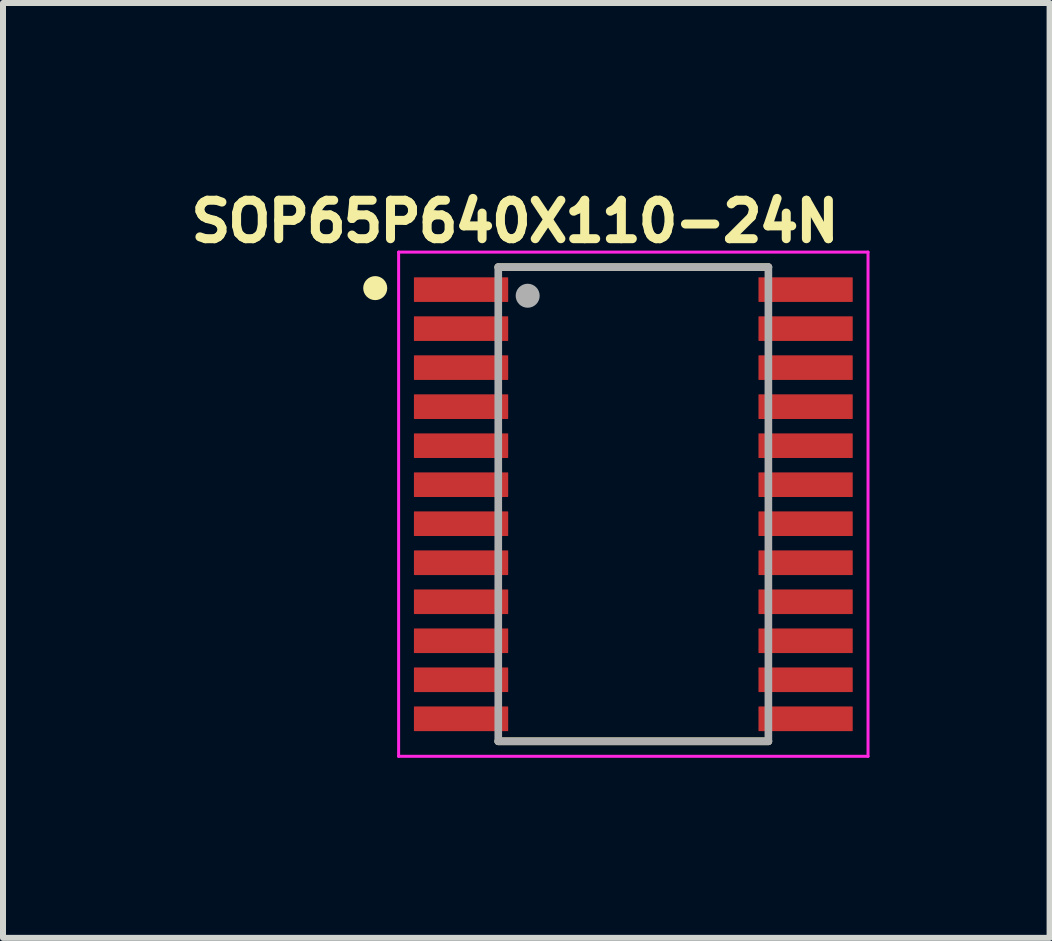
<source format=kicad_pcb>
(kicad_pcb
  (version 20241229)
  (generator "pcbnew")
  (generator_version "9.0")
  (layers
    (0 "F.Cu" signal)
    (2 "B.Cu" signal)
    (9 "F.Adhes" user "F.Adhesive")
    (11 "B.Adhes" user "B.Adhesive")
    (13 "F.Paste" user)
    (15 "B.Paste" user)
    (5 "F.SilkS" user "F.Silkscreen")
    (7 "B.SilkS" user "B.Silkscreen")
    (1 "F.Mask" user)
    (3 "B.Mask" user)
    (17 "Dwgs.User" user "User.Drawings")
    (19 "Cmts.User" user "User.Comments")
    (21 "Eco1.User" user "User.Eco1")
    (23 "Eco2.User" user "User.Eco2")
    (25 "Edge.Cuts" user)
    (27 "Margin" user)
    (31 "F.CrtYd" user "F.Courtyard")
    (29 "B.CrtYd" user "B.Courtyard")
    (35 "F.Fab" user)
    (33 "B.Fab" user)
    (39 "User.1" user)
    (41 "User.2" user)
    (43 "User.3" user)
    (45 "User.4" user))
  (footprint "SOP65P640X110-24N"
    (layer "F.Cu")
    (at 7.501 5.35)
    (property "Reference" "SOP65P640X110-24N" (at -1.97 -4.712 0) (layer "F.SilkS") (effects (font (size 0.641 0.641) (thickness 0.15))))
    (attr smd)
    (fp_line (start -2.25 -3.95) (end 2.25 -3.95) (stroke (width 0.127) (type solid)) (layer "F.SilkS"))
    (fp_line (start -2.25 3.95) (end 2.25 3.95) (stroke (width 0.127) (type solid)) (layer "F.SilkS"))
    (fp_circle (center -4.3 -3.6) (end -4.2 -3.6) (stroke (width 0.2) (type solid)) (fill no) (layer "F.SilkS"))
    (fp_line (start -3.91 -4.2) (end 3.91 -4.2) (stroke (width 0.05) (type solid)) (layer "F.CrtYd"))
    (fp_line (start -3.91 4.2) (end -3.91 -4.2) (stroke (width 0.05) (type solid)) (layer "F.CrtYd"))
    (fp_line (start 3.91 -4.2) (end 3.91 4.2) (stroke (width 0.05) (type solid)) (layer "F.CrtYd"))
    (fp_line (start 3.91 4.2) (end -3.91 4.2) (stroke (width 0.05) (type solid)) (layer "F.CrtYd"))
    (fp_line (start -2.25 -3.95) (end 2.25 -3.95) (stroke (width 0.127) (type solid)) (layer "F.Fab"))
    (fp_line (start -2.25 3.95) (end -2.25 -3.95) (stroke (width 0.127) (type solid)) (layer "F.Fab"))
    (fp_line (start 2.25 -3.95) (end 2.25 3.95) (stroke (width 0.127) (type solid)) (layer "F.Fab"))
    (fp_line (start 2.25 3.95) (end -2.25 3.95) (stroke (width 0.127) (type solid)) (layer "F.Fab"))
    (fp_circle (center -1.76 -3.473) (end -1.66 -3.473) (stroke (width 0.2) (type solid)) (fill no) (layer "F.Fab"))
    (pad "1" smd roundrect (at -2.87 -3.575) (size 1.57 0.41) (layers "F.Cu" "F.Mask" "F.Paste") (roundrect_rratio 0.02))
    (pad "2" smd roundrect (at -2.87 -2.925) (size 1.57 0.41) (layers "F.Cu" "F.Mask" "F.Paste") (roundrect_rratio 0.02))
    (pad "3" smd roundrect (at -2.87 -2.275) (size 1.57 0.41) (layers "F.Cu" "F.Mask" "F.Paste") (roundrect_rratio 0.02))
    (pad "4" smd roundrect (at -2.87 -1.625) (size 1.57 0.41) (layers "F.Cu" "F.Mask" "F.Paste") (roundrect_rratio 0.02))
    (pad "5" smd roundrect (at -2.87 -0.975) (size 1.57 0.41) (layers "F.Cu" "F.Mask" "F.Paste") (roundrect_rratio 0.02))
    (pad "6" smd roundrect (at -2.87 -0.325) (size 1.57 0.41) (layers "F.Cu" "F.Mask" "F.Paste") (roundrect_rratio 0.02))
    (pad "7" smd roundrect (at -2.87 0.325) (size 1.57 0.41) (layers "F.Cu" "F.Mask" "F.Paste") (roundrect_rratio 0.02))
    (pad "8" smd roundrect (at -2.87 0.975) (size 1.57 0.41) (layers "F.Cu" "F.Mask" "F.Paste") (roundrect_rratio 0.02))
    (pad "9" smd roundrect (at -2.87 1.625) (size 1.57 0.41) (layers "F.Cu" "F.Mask" "F.Paste") (roundrect_rratio 0.02))
    (pad "10" smd roundrect (at -2.87 2.275) (size 1.57 0.41) (layers "F.Cu" "F.Mask" "F.Paste") (roundrect_rratio 0.02))
    (pad "11" smd roundrect (at -2.87 2.925) (size 1.57 0.41) (layers "F.Cu" "F.Mask" "F.Paste") (roundrect_rratio 0.02))
    (pad "12" smd roundrect (at -2.87 3.575) (size 1.57 0.41) (layers "F.Cu" "F.Mask" "F.Paste") (roundrect_rratio 0.02))
    (pad "13" smd roundrect (at 2.87 3.575 180) (size 1.57 0.41) (layers "F.Cu" "F.Mask" "F.Paste") (roundrect_rratio 0.02))
    (pad "14" smd roundrect (at 2.87 2.925 180) (size 1.57 0.41) (layers "F.Cu" "F.Mask" "F.Paste") (roundrect_rratio 0.02))
    (pad "15" smd roundrect (at 2.87 2.275 180) (size 1.57 0.41) (layers "F.Cu" "F.Mask" "F.Paste") (roundrect_rratio 0.02))
    (pad "16" smd roundrect (at 2.87 1.625 180) (size 1.57 0.41) (layers "F.Cu" "F.Mask" "F.Paste") (roundrect_rratio 0.02))
    (pad "17" smd roundrect (at 2.87 0.975 180) (size 1.57 0.41) (layers "F.Cu" "F.Mask" "F.Paste") (roundrect_rratio 0.02))
    (pad "18" smd roundrect (at 2.87 0.325 180) (size 1.57 0.41) (layers "F.Cu" "F.Mask" "F.Paste") (roundrect_rratio 0.02))
    (pad "19" smd roundrect (at 2.87 -0.325 180) (size 1.57 0.41) (layers "F.Cu" "F.Mask" "F.Paste") (roundrect_rratio 0.02))
    (pad "20" smd roundrect (at 2.87 -0.975 180) (size 1.57 0.41) (layers "F.Cu" "F.Mask" "F.Paste") (roundrect_rratio 0.02))
    (pad "21" smd roundrect (at 2.87 -1.625 180) (size 1.57 0.41) (layers "F.Cu" "F.Mask" "F.Paste") (roundrect_rratio 0.02))
    (pad "22" smd roundrect (at 2.87 -2.275 180) (size 1.57 0.41) (layers "F.Cu" "F.Mask" "F.Paste") (roundrect_rratio 0.02))
    (pad "23" smd roundrect (at 2.87 -2.925 180) (size 1.57 0.41) (layers "F.Cu" "F.Mask" "F.Paste") (roundrect_rratio 0.02))
    (pad "24" smd roundrect (at 2.87 -3.575 180) (size 1.57 0.41) (layers "F.Cu" "F.Mask" "F.Paste") (roundrect_rratio 0.02)))
  (gr_rect
    (start -3 -3)
    (end 14.436 12.575)
    (stroke (width 0.1) (type default))
    (fill no)
    (layer "Edge.Cuts")))
</source>
